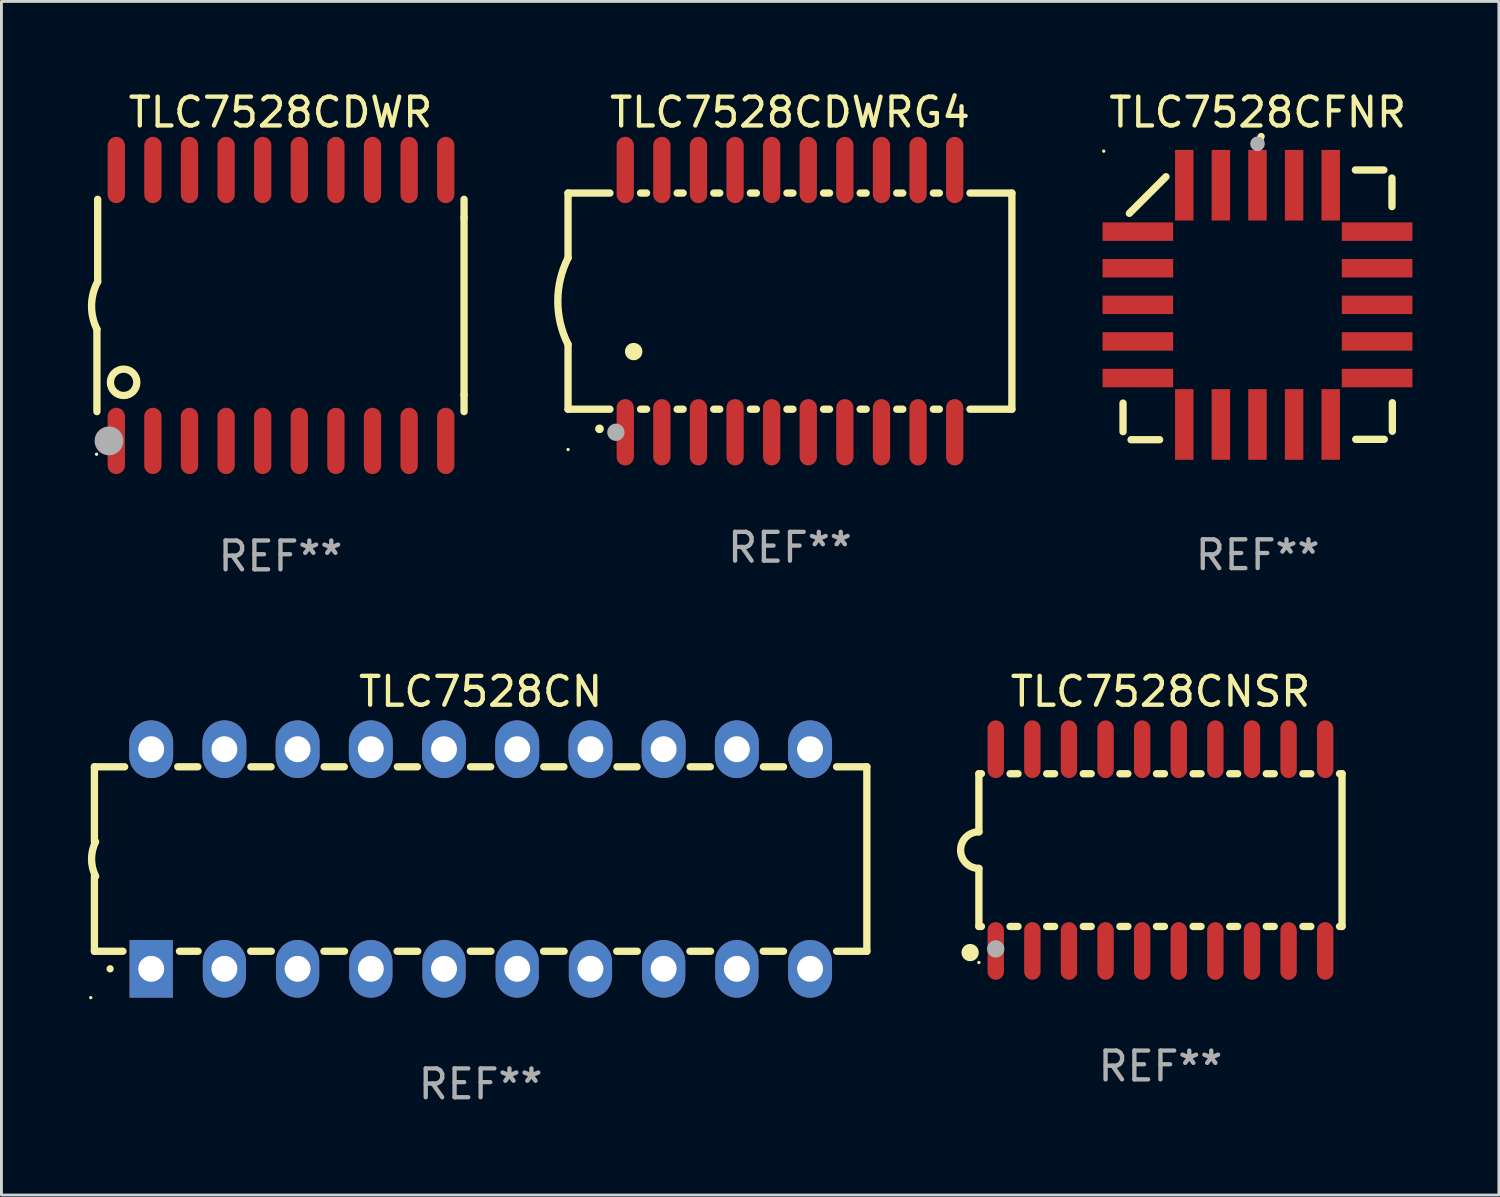
<source format=kicad_pcb>
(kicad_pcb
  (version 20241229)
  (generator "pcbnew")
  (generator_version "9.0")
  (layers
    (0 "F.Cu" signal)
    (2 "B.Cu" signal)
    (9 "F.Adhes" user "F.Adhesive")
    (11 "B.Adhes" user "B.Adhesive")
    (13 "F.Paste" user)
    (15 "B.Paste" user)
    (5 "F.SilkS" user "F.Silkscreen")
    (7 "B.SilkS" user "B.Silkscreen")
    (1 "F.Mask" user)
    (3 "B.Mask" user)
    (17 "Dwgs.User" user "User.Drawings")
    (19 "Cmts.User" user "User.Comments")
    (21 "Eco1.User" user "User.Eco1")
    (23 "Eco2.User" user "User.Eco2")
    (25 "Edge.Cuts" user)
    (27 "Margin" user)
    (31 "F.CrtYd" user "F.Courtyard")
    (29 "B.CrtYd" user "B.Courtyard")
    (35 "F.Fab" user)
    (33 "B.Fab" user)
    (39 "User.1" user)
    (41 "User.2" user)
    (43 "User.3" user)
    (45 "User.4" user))
  (footprint "TLC7528CFNR"
    (layer "F.Cu")
    (at 40.587 7.527)
    (property "Reference" "TLC7528CFNR" (at 0 -6.679 0) (layer "F.SilkS") (effects (font (size 1 1) (thickness 0.15))))
    (attr through_hole)
    (fp_line (start -4.672 4.4) (end -4.672 3.409) (stroke (width 0.254) (type solid)) (layer "F.SilkS"))
    (fp_line (start -4.452 -3.175) (end -3.182 -4.445) (stroke (width 0.254) (type solid)) (layer "F.SilkS"))
    (fp_line (start -4.393 4.679) (end -3.402 4.679) (stroke (width 0.254) (type solid)) (layer "F.SilkS"))
    (fp_line (start 4.379 -4.679) (end 3.389 -4.679) (stroke (width 0.254) (type solid)) (layer "F.SilkS"))
    (fp_line (start 4.393 4.666) (end 3.402 4.666) (stroke (width 0.254) (type solid)) (layer "F.SilkS"))
    (fp_line (start 4.659 -4.4) (end 4.659 -3.409) (stroke (width 0.254) (type solid)) (layer "F.SilkS"))
    (fp_line (start 4.672 4.386) (end 4.672 3.396) (stroke (width 0.254) (type solid)) (layer "F.SilkS"))
    (fp_arc (start 0.089827 -5.759969) (mid 0.097662 -5.803742) (end 0.120307 -5.842012) (stroke (width 0.249936) (type solid)) (layer "F.SilkS"))
    (fp_circle (center -5.341 -5.334) (end -5.311 -5.334) (stroke (width 0.06) (type solid)) (fill no) (layer "F.SilkS"))
    (fp_circle (center -0.007 -5.588) (end 0.12 -5.588) (stroke (width 0.254) (type solid)) (fill no) (layer "F.Fab"))
    (fp_text user "REF**" (at 0 8.679 0) (layer "F.Fab") (effects (font (size 1 1) (thickness 0.15))))
    (pad "1" smd rect (at -0.007 -4.15) (size 0.64 2.45) (layers "F.Cu" "F.Mask" "F.Paste"))
    (pad "2" smd rect (at -1.277 -4.15) (size 0.64 2.45) (layers "F.Cu" "F.Mask" "F.Paste"))
    (pad "3" smd rect (at -2.547 -4.15) (size 0.64 2.45) (layers "F.Cu" "F.Mask" "F.Paste"))
    (pad "4" smd rect (at -4.157 -2.54 90) (size 0.64 2.45) (layers "F.Cu" "F.Mask" "F.Paste"))
    (pad "5" smd rect (at -4.157 -1.27 90) (size 0.64 2.45) (layers "F.Cu" "F.Mask" "F.Paste"))
    (pad "6" smd rect (at -4.157 0 90) (size 0.64 2.45) (layers "F.Cu" "F.Mask" "F.Paste"))
    (pad "7" smd rect (at -4.157 1.27 90) (size 0.64 2.45) (layers "F.Cu" "F.Mask" "F.Paste"))
    (pad "8" smd rect (at -4.157 2.54 90) (size 0.64 2.45) (layers "F.Cu" "F.Mask" "F.Paste"))
    (pad "9" smd rect (at -2.547 4.15 180) (size 0.64 2.45) (layers "F.Cu" "F.Mask" "F.Paste"))
    (pad "10" smd rect (at -1.277 4.15 180) (size 0.64 2.45) (layers "F.Cu" "F.Mask" "F.Paste"))
    (pad "11" smd rect (at -0.007 4.15 180) (size 0.64 2.45) (layers "F.Cu" "F.Mask" "F.Paste"))
    (pad "12" smd rect (at 1.263 4.15 180) (size 0.64 2.45) (layers "F.Cu" "F.Mask" "F.Paste"))
    (pad "13" smd rect (at 2.533 4.15 180) (size 0.64 2.45) (layers "F.Cu" "F.Mask" "F.Paste"))
    (pad "14" smd rect (at 4.143 2.54 270) (size 0.64 2.45) (layers "F.Cu" "F.Mask" "F.Paste"))
    (pad "15" smd rect (at 4.143 1.27 270) (size 0.64 2.45) (layers "F.Cu" "F.Mask" "F.Paste"))
    (pad "16" smd rect (at 4.143 0 270) (size 0.64 2.45) (layers "F.Cu" "F.Mask" "F.Paste"))
    (pad "17" smd rect (at 4.143 -1.27 270) (size 0.64 2.45) (layers "F.Cu" "F.Mask" "F.Paste"))
    (pad "18" smd rect (at 4.143 -2.54 270) (size 0.64 2.45) (layers "F.Cu" "F.Mask" "F.Paste"))
    (pad "19" smd rect (at 2.533 -4.15) (size 0.64 2.45) (layers "F.Cu" "F.Mask" "F.Paste"))
    (pad "20" smd rect (at 1.263 -4.15) (size 0.64 2.45) (layers "F.Cu" "F.Mask" "F.Paste")))
  (footprint "TLC7528CN"
    (layer "F.Cu")
    (at 13.626 26.755)
    (property "Reference" "TLC7528CN" (at 0 -5.81 0) (layer "F.SilkS") (effects (font (size 1 1) (thickness 0.15))))
    (attr through_hole)
    (fp_line (start -13.4 -3.2) (end -12.351 -3.2) (stroke (width 0.254) (type solid)) (layer "F.SilkS"))
    (fp_line (start -13.4 -0.6) (end -13.4 -3.2) (stroke (width 0.254) (type solid)) (layer "F.SilkS"))
    (fp_line (start -13.4 3.2) (end -13.4 0.6) (stroke (width 0.254) (type solid)) (layer "F.SilkS"))
    (fp_line (start -13.4 3.2) (end -12.411 3.2) (stroke (width 0.254) (type solid)) (layer "F.SilkS"))
    (fp_line (start -10.509 -3.2) (end -9.811 -3.2) (stroke (width 0.254) (type solid)) (layer "F.SilkS"))
    (fp_line (start -10.449 3.2) (end -9.803 3.2) (stroke (width 0.254) (type solid)) (layer "F.SilkS"))
    (fp_line (start -7.977 3.2) (end -7.263 3.2) (stroke (width 0.254) (type solid)) (layer "F.SilkS"))
    (fp_line (start -7.969 -3.2) (end -7.271 -3.2) (stroke (width 0.254) (type solid)) (layer "F.SilkS"))
    (fp_line (start -5.437 3.2) (end -4.723 3.2) (stroke (width 0.254) (type solid)) (layer "F.SilkS"))
    (fp_line (start -5.429 -3.2) (end -4.731 -3.2) (stroke (width 0.254) (type solid)) (layer "F.SilkS"))
    (fp_line (start -2.897 3.2) (end -2.183 3.2) (stroke (width 0.254) (type solid)) (layer "F.SilkS"))
    (fp_line (start -2.889 -3.2) (end -2.191 -3.2) (stroke (width 0.254) (type solid)) (layer "F.SilkS"))
    (fp_line (start -0.357 3.2) (end 0.357 3.2) (stroke (width 0.254) (type solid)) (layer "F.SilkS"))
    (fp_line (start -0.349 -3.2) (end 0.349 -3.2) (stroke (width 0.254) (type solid)) (layer "F.SilkS"))
    (fp_line (start 2.183 3.2) (end 2.897 3.2) (stroke (width 0.254) (type solid)) (layer "F.SilkS"))
    (fp_line (start 2.191 -3.2) (end 2.889 -3.2) (stroke (width 0.254) (type solid)) (layer "F.SilkS"))
    (fp_line (start 4.723 3.2) (end 5.437 3.2) (stroke (width 0.254) (type solid)) (layer "F.SilkS"))
    (fp_line (start 4.731 -3.2) (end 5.429 -3.2) (stroke (width 0.254) (type solid)) (layer "F.SilkS"))
    (fp_line (start 7.263 3.2) (end 7.977 3.2) (stroke (width 0.254) (type solid)) (layer "F.SilkS"))
    (fp_line (start 7.271 -3.2) (end 7.969 -3.2) (stroke (width 0.254) (type solid)) (layer "F.SilkS"))
    (fp_line (start 9.803 3.2) (end 10.509 3.2) (stroke (width 0.254) (type solid)) (layer "F.SilkS"))
    (fp_line (start 9.811 -3.2) (end 10.509 -3.2) (stroke (width 0.254) (type solid)) (layer "F.SilkS"))
    (fp_line (start 12.351 -3.2) (end 13.4 -3.2) (stroke (width 0.254) (type solid)) (layer "F.SilkS"))
    (fp_line (start 12.351 3.2) (end 13.4 3.2) (stroke (width 0.254) (type solid)) (layer "F.SilkS"))
    (fp_line (start 13.4 -3.2) (end 13.4 3.2) (stroke (width 0.254) (type solid)) (layer "F.SilkS"))
    (fp_arc (start -13.357557 0.599721) (mid -13.499295 0.000123) (end -13.358598 -0.599721) (stroke (width 0.254001) (type solid)) (layer "F.SilkS"))
    (fp_arc (start -12.854966 3.810008) (mid -12.854973 3.808738) (end -12.854966 3.807468) (stroke (width 0.25) (type solid)) (layer "F.SilkS"))
    (fp_circle (center -13.527 4.81) (end -13.497 4.81) (stroke (width 0.06) (type solid)) (fill no) (layer "F.SilkS"))
    (fp_text user "REF**" (at 0 7.81 0) (layer "F.Fab") (effects (font (size 1 1) (thickness 0.15))))
    (pad "1" thru_hole rect (at -11.43 3.81 90) (size 2 1.5) (drill 0.9) (layers "*.Cu" "*.Mask"))
    (pad "2" thru_hole oval (at -8.89 3.81 90) (size 2 1.5) (drill 0.9) (layers "*.Cu" "*.Mask"))
    (pad "3" thru_hole oval (at -6.35 3.81 90) (size 2 1.5) (drill 0.9) (layers "*.Cu" "*.Mask"))
    (pad "4" thru_hole oval (at -3.81 3.81 90) (size 2 1.5) (drill 0.9) (layers "*.Cu" "*.Mask"))
    (pad "5" thru_hole oval (at -1.27 3.81 90) (size 2 1.5) (drill 0.9) (layers "*.Cu" "*.Mask"))
    (pad "6" thru_hole oval (at 1.27 3.81 90) (size 2 1.5) (drill 0.9) (layers "*.Cu" "*.Mask"))
    (pad "7" thru_hole oval (at 3.81 3.81 90) (size 2 1.5) (drill 0.9) (layers "*.Cu" "*.Mask"))
    (pad "8" thru_hole oval (at 6.35 3.81 90) (size 2 1.5) (drill 0.9) (layers "*.Cu" "*.Mask"))
    (pad "9" thru_hole oval (at 8.89 3.81 90) (size 2 1.5) (drill 0.9) (layers "*.Cu" "*.Mask"))
    (pad "10" thru_hole oval (at 11.43 3.81 90) (size 2 1.524) (drill 0.9) (layers "*.Cu" "*.Mask"))
    (pad "11" thru_hole oval (at 11.43 -3.81 90) (size 2 1.524) (drill 0.9) (layers "*.Cu" "*.Mask"))
    (pad "12" thru_hole oval (at 8.89 -3.81 90) (size 2 1.524) (drill 0.9) (layers "*.Cu" "*.Mask"))
    (pad "13" thru_hole oval (at 6.35 -3.81 90) (size 2 1.524) (drill 0.9) (layers "*.Cu" "*.Mask"))
    (pad "14" thru_hole oval (at 3.81 -3.81 90) (size 2 1.524) (drill 0.9) (layers "*.Cu" "*.Mask"))
    (pad "15" thru_hole oval (at 1.27 -3.81 90) (size 2 1.524) (drill 0.9) (layers "*.Cu" "*.Mask"))
    (pad "16" thru_hole oval (at -1.27 -3.81 90) (size 2 1.524) (drill 0.9) (layers "*.Cu" "*.Mask"))
    (pad "17" thru_hole oval (at -3.81 -3.81 90) (size 2 1.524) (drill 0.9) (layers "*.Cu" "*.Mask"))
    (pad "18" thru_hole oval (at -6.35 -3.81 90) (size 2 1.524) (drill 0.9) (layers "*.Cu" "*.Mask"))
    (pad "19" thru_hole oval (at -8.89 -3.81 90) (size 2 1.524) (drill 0.9) (layers "*.Cu" "*.Mask"))
    (pad "20" thru_hole oval (at -11.43 -3.81 90) (size 2 1.524) (drill 0.9) (layers "*.Cu" "*.Mask")))
  (footprint "TLC7528CDWR"
    (layer "F.Cu")
    (at 6.682 7.548)
    (property "Reference" "TLC7528CDWR" (at 0 -6.7 0) (layer "F.SilkS") (effects (font (size 1 1) (thickness 0.15))))
    (attr through_hole)
    (fp_line (start -6.369 0.826) (end -6.369 3.683) (stroke (width 0.254) (type solid)) (layer "F.SilkS"))
    (fp_line (start -6.343 -0.825) (end -6.343 -3.683) (stroke (width 0.254) (type solid)) (layer "F.SilkS"))
    (fp_line (start 6.369 -3.048) (end 6.369 -3.683) (stroke (width 0.254) (type solid)) (layer "F.SilkS"))
    (fp_line (start 6.369 -3.048) (end 6.369 3.096) (stroke (width 0.254) (type solid)) (layer "F.SilkS"))
    (fp_line (start 6.369 3.096) (end 6.369 3.683) (stroke (width 0.254) (type solid)) (layer "F.SilkS"))
    (fp_arc (start -6.36853 0.825552) (mid -6.554743 -0.00301) (end -6.343129 -0.825451) (stroke (width 0.254001) (type solid)) (layer "F.SilkS"))
    (fp_circle (center -6.382 5.163) (end -6.352 5.163) (stroke (width 0.06) (type solid)) (fill no) (layer "F.SilkS"))
    (fp_circle (center -5.443 2.667) (end -4.985 2.667) (stroke (width 0.254) (type solid)) (fill no) (layer "F.SilkS"))
    (fp_circle (center -5.951 4.699) (end -5.701 4.699) (stroke (width 0.5) (type solid)) (fill no) (layer "F.Fab"))
    (fp_text user "REF**" (at 0 8.7 0) (layer "F.Fab") (effects (font (size 1 1) (thickness 0.15))))
    (pad "1" smd oval (at -5.697 4.7 180) (size 0.6 2.3) (layers "F.Cu" "F.Mask" "F.Paste"))
    (pad "2" smd oval (at -4.427 4.7 180) (size 0.6 2.3) (layers "F.Cu" "F.Mask" "F.Paste"))
    (pad "3" smd oval (at -3.157 4.7 180) (size 0.6 2.3) (layers "F.Cu" "F.Mask" "F.Paste"))
    (pad "4" smd oval (at -1.887 4.7 180) (size 0.6 2.3) (layers "F.Cu" "F.Mask" "F.Paste"))
    (pad "5" smd oval (at -0.617 4.7 180) (size 0.6 2.3) (layers "F.Cu" "F.Mask" "F.Paste"))
    (pad "6" smd oval (at 0.653 4.7 180) (size 0.6 2.3) (layers "F.Cu" "F.Mask" "F.Paste"))
    (pad "7" smd oval (at 1.923 4.7 180) (size 0.6 2.3) (layers "F.Cu" "F.Mask" "F.Paste"))
    (pad "8" smd oval (at 3.193 4.7 180) (size 0.6 2.3) (layers "F.Cu" "F.Mask" "F.Paste"))
    (pad "9" smd oval (at 4.463 4.7 180) (size 0.6 2.3) (layers "F.Cu" "F.Mask" "F.Paste"))
    (pad "10" smd oval (at 5.734 4.7 180) (size 0.6 2.3) (layers "F.Cu" "F.Mask" "F.Paste"))
    (pad "11" smd oval (at 5.734 -4.7 180) (size 0.6 2.3) (layers "F.Cu" "F.Mask" "F.Paste"))
    (pad "12" smd oval (at 4.463 -4.7 180) (size 0.6 2.3) (layers "F.Cu" "F.Mask" "F.Paste"))
    (pad "13" smd oval (at 3.193 -4.7 180) (size 0.6 2.3) (layers "F.Cu" "F.Mask" "F.Paste"))
    (pad "14" smd oval (at 1.923 -4.7 180) (size 0.6 2.3) (layers "F.Cu" "F.Mask" "F.Paste"))
    (pad "15" smd oval (at 0.653 -4.7 180) (size 0.6 2.3) (layers "F.Cu" "F.Mask" "F.Paste"))
    (pad "16" smd oval (at -0.617 -4.7 180) (size 0.6 2.3) (layers "F.Cu" "F.Mask" "F.Paste"))
    (pad "17" smd oval (at -1.887 -4.7 180) (size 0.6 2.3) (layers "F.Cu" "F.Mask" "F.Paste"))
    (pad "18" smd oval (at -3.157 -4.7 180) (size 0.6 2.3) (layers "F.Cu" "F.Mask" "F.Paste"))
    (pad "19" smd oval (at -4.427 -4.7 180) (size 0.6 2.3) (layers "F.Cu" "F.Mask" "F.Paste"))
    (pad "20" smd oval (at -5.697 -4.7 180) (size 0.6 2.3) (layers "F.Cu" "F.Mask" "F.Paste")))
  (footprint "TLC7528CNSR"
    (layer "F.Cu")
    (at 37.214 26.445)
    (property "Reference" "TLC7528CNSR" (at 0 -5.5 0) (layer "F.SilkS") (effects (font (size 1 1) (thickness 0.15))))
    (attr through_hole)
    (fp_line (start -6.3 -2.65) (end -6.3 -0.635) (stroke (width 0.254) (type solid)) (layer "F.SilkS"))
    (fp_line (start -6.3 -2.65) (end -6.212 -2.65) (stroke (width 0.254) (type solid)) (layer "F.SilkS"))
    (fp_line (start -6.3 2.65) (end -6.3 0.635) (stroke (width 0.254) (type solid)) (layer "F.SilkS"))
    (fp_line (start -6.3 2.65) (end -6.212 2.65) (stroke (width 0.254) (type solid)) (layer "F.SilkS"))
    (fp_line (start -5.218 -2.65) (end -4.942 -2.65) (stroke (width 0.254) (type solid)) (layer "F.SilkS"))
    (fp_line (start -5.218 2.65) (end -4.942 2.65) (stroke (width 0.254) (type solid)) (layer "F.SilkS"))
    (fp_line (start -3.948 -2.65) (end -3.672 -2.65) (stroke (width 0.254) (type solid)) (layer "F.SilkS"))
    (fp_line (start -3.948 2.65) (end -3.672 2.65) (stroke (width 0.254) (type solid)) (layer "F.SilkS"))
    (fp_line (start -2.678 -2.65) (end -2.402 -2.65) (stroke (width 0.254) (type solid)) (layer "F.SilkS"))
    (fp_line (start -2.678 2.65) (end -2.402 2.65) (stroke (width 0.254) (type solid)) (layer "F.SilkS"))
    (fp_line (start -1.408 -2.65) (end -1.132 -2.65) (stroke (width 0.254) (type solid)) (layer "F.SilkS"))
    (fp_line (start -1.408 2.65) (end -1.132 2.65) (stroke (width 0.254) (type solid)) (layer "F.SilkS"))
    (fp_line (start -0.138 -2.65) (end 0.138 -2.65) (stroke (width 0.254) (type solid)) (layer "F.SilkS"))
    (fp_line (start -0.138 2.65) (end 0.138 2.65) (stroke (width 0.254) (type solid)) (layer "F.SilkS"))
    (fp_line (start 1.132 -2.65) (end 1.408 -2.65) (stroke (width 0.254) (type solid)) (layer "F.SilkS"))
    (fp_line (start 1.132 2.65) (end 1.408 2.65) (stroke (width 0.254) (type solid)) (layer "F.SilkS"))
    (fp_line (start 2.402 -2.65) (end 2.678 -2.65) (stroke (width 0.254) (type solid)) (layer "F.SilkS"))
    (fp_line (start 2.402 2.65) (end 2.678 2.65) (stroke (width 0.254) (type solid)) (layer "F.SilkS"))
    (fp_line (start 3.672 -2.65) (end 3.948 -2.65) (stroke (width 0.254) (type solid)) (layer "F.SilkS"))
    (fp_line (start 3.672 2.65) (end 3.948 2.65) (stroke (width 0.254) (type solid)) (layer "F.SilkS"))
    (fp_line (start 4.942 -2.65) (end 5.218 -2.65) (stroke (width 0.254) (type solid)) (layer "F.SilkS"))
    (fp_line (start 4.942 2.65) (end 5.218 2.65) (stroke (width 0.254) (type solid)) (layer "F.SilkS"))
    (fp_line (start 6.212 -2.65) (end 6.3 -2.65) (stroke (width 0.254) (type solid)) (layer "F.SilkS"))
    (fp_line (start 6.212 2.65) (end 6.3 2.65) (stroke (width 0.254) (type solid)) (layer "F.SilkS"))
    (fp_line (start 6.3 -2.65) (end 6.3 2.65) (stroke (width 0.254) (type solid)) (layer "F.SilkS"))
    (fp_arc (start -6.299975 0.634874) (mid -6.933579 0.000127) (end -6.299213 -0.633858) (stroke (width 0.254001) (type solid)) (layer "F.SilkS"))
    (fp_circle (center -6.604 3.556) (end -6.454 3.556) (stroke (width 0.3) (type solid)) (fill no) (layer "F.SilkS"))
    (fp_circle (center -6.3 3.9) (end -6.27 3.9) (stroke (width 0.06) (type solid)) (fill no) (layer "F.SilkS"))
    (fp_circle (center -5.715 3.429) (end -5.565 3.429) (stroke (width 0.3) (type solid)) (fill no) (layer "F.Fab"))
    (fp_text user "REF**" (at 0 7.5 0) (layer "F.Fab") (effects (font (size 1 1) (thickness 0.15))))
    (pad "1" smd oval (at -5.715 3.5) (size 0.568 2) (layers "F.Cu" "F.Mask" "F.Paste"))
    (pad "2" smd oval (at -4.445 3.5) (size 0.568 2) (layers "F.Cu" "F.Mask" "F.Paste"))
    (pad "3" smd oval (at -3.175 3.5) (size 0.568 2) (layers "F.Cu" "F.Mask" "F.Paste"))
    (pad "4" smd oval (at -1.905 3.5) (size 0.568 2) (layers "F.Cu" "F.Mask" "F.Paste"))
    (pad "5" smd oval (at -0.635 3.5) (size 0.568 2) (layers "F.Cu" "F.Mask" "F.Paste"))
    (pad "6" smd oval (at 0.635 3.5) (size 0.568 2) (layers "F.Cu" "F.Mask" "F.Paste"))
    (pad "7" smd oval (at 1.905 3.5) (size 0.568 2) (layers "F.Cu" "F.Mask" "F.Paste"))
    (pad "8" smd oval (at 3.175 3.5) (size 0.568 2) (layers "F.Cu" "F.Mask" "F.Paste"))
    (pad "9" smd oval (at 4.445 3.5) (size 0.568 2) (layers "F.Cu" "F.Mask" "F.Paste"))
    (pad "10" smd oval (at 5.715 3.5) (size 0.568 2) (layers "F.Cu" "F.Mask" "F.Paste"))
    (pad "11" smd oval (at 5.715 -3.5) (size 0.568 2) (layers "F.Cu" "F.Mask" "F.Paste"))
    (pad "12" smd oval (at 4.445 -3.5) (size 0.568 2) (layers "F.Cu" "F.Mask" "F.Paste"))
    (pad "13" smd oval (at 3.175 -3.5) (size 0.568 2) (layers "F.Cu" "F.Mask" "F.Paste"))
    (pad "14" smd oval (at 1.905 -3.5) (size 0.568 2) (layers "F.Cu" "F.Mask" "F.Paste"))
    (pad "15" smd oval (at 0.635 -3.5) (size 0.568 2) (layers "F.Cu" "F.Mask" "F.Paste"))
    (pad "16" smd oval (at -0.635 -3.5) (size 0.568 2) (layers "F.Cu" "F.Mask" "F.Paste"))
    (pad "17" smd oval (at -1.905 -3.5) (size 0.568 2) (layers "F.Cu" "F.Mask" "F.Paste"))
    (pad "18" smd oval (at -3.175 -3.5) (size 0.568 2) (layers "F.Cu" "F.Mask" "F.Paste"))
    (pad "19" smd oval (at -4.445 -3.5) (size 0.568 2) (layers "F.Cu" "F.Mask" "F.Paste"))
    (pad "20" smd oval (at -5.715 -3.5) (size 0.568 2) (layers "F.Cu" "F.Mask" "F.Paste")))
  (footprint "TLC7528CDWRG4"
    (layer "F.Cu")
    (at 24.359 7.398)
    (property "Reference" "TLC7528CDWRG4" (at 0 -6.55 0) (layer "F.SilkS") (effects (font (size 1 1) (thickness 0.15))))
    (attr through_hole)
    (fp_line (start -7.7 -3.75) (end -7.7 -1.5) (stroke (width 0.254) (type solid)) (layer "F.SilkS"))
    (fp_line (start -7.7 -3.75) (end -6.246 -3.75) (stroke (width 0.254) (type solid)) (layer "F.SilkS"))
    (fp_line (start -7.7 3.75) (end -7.7 1.5) (stroke (width 0.254) (type solid)) (layer "F.SilkS"))
    (fp_line (start -7.7 3.75) (end -6.246 3.75) (stroke (width 0.254) (type solid)) (layer "F.SilkS"))
    (fp_line (start -5.184 -3.75) (end -4.976 -3.75) (stroke (width 0.254) (type solid)) (layer "F.SilkS"))
    (fp_line (start -5.184 3.75) (end -4.976 3.75) (stroke (width 0.254) (type solid)) (layer "F.SilkS"))
    (fp_line (start -3.914 -3.75) (end -3.706 -3.75) (stroke (width 0.254) (type solid)) (layer "F.SilkS"))
    (fp_line (start -3.914 3.75) (end -3.706 3.75) (stroke (width 0.254) (type solid)) (layer "F.SilkS"))
    (fp_line (start -2.644 -3.75) (end -2.436 -3.75) (stroke (width 0.254) (type solid)) (layer "F.SilkS"))
    (fp_line (start -2.644 3.75) (end -2.436 3.75) (stroke (width 0.254) (type solid)) (layer "F.SilkS"))
    (fp_line (start -1.374 -3.75) (end -1.166 -3.75) (stroke (width 0.254) (type solid)) (layer "F.SilkS"))
    (fp_line (start -1.374 3.75) (end -1.166 3.75) (stroke (width 0.254) (type solid)) (layer "F.SilkS"))
    (fp_line (start -0.104 -3.75) (end 0.104 -3.75) (stroke (width 0.254) (type solid)) (layer "F.SilkS"))
    (fp_line (start -0.104 3.75) (end 0.104 3.75) (stroke (width 0.254) (type solid)) (layer "F.SilkS"))
    (fp_line (start 1.166 -3.75) (end 1.374 -3.75) (stroke (width 0.254) (type solid)) (layer "F.SilkS"))
    (fp_line (start 1.166 3.75) (end 1.374 3.75) (stroke (width 0.254) (type solid)) (layer "F.SilkS"))
    (fp_line (start 2.436 -3.75) (end 2.644 -3.75) (stroke (width 0.254) (type solid)) (layer "F.SilkS"))
    (fp_line (start 2.436 3.75) (end 2.644 3.75) (stroke (width 0.254) (type solid)) (layer "F.SilkS"))
    (fp_line (start 3.706 -3.75) (end 3.914 -3.75) (stroke (width 0.254) (type solid)) (layer "F.SilkS"))
    (fp_line (start 3.706 3.75) (end 3.914 3.75) (stroke (width 0.254) (type solid)) (layer "F.SilkS"))
    (fp_line (start 4.976 -3.75) (end 5.184 -3.75) (stroke (width 0.254) (type solid)) (layer "F.SilkS"))
    (fp_line (start 4.976 3.75) (end 5.184 3.75) (stroke (width 0.254) (type solid)) (layer "F.SilkS"))
    (fp_line (start 6.246 -3.75) (end 7.7 -3.75) (stroke (width 0.254) (type solid)) (layer "F.SilkS"))
    (fp_line (start 6.246 3.75) (end 7.7 3.75) (stroke (width 0.254) (type solid)) (layer "F.SilkS"))
    (fp_line (start 7.7 -3.75) (end 7.7 3.75) (stroke (width 0.254) (type solid)) (layer "F.SilkS"))
    (fp_arc (start -7.700939 1.500889) (mid -8.05482 0.000388) (end -7.700025 -1.499898) (stroke (width 0.254001) (type solid)) (layer "F.SilkS"))
    (fp_arc (start -6.610008 4.430099) (mid -6.608738 4.430094) (end -6.607468 4.430099) (stroke (width 0.3) (type solid)) (layer "F.SilkS"))
    (fp_arc (start -5.425451 1.750165) (mid -5.422911 1.750154) (end -5.420371 1.750165) (stroke (width 0.6) (type solid)) (layer "F.SilkS"))
    (fp_circle (center -7.7 5.15) (end -7.67 5.15) (stroke (width 0.06) (type solid)) (fill no) (layer "F.SilkS"))
    (fp_circle (center -6.04 4.55) (end -5.89 4.55) (stroke (width 0.3) (type solid)) (fill no) (layer "F.Fab"))
    (fp_text user "REF**" (at 0 8.55 0) (layer "F.Fab") (effects (font (size 1 1) (thickness 0.15))))
    (pad "1" smd oval (at -5.715 4.55 180) (size 0.6 2.3) (layers "F.Cu" "F.Mask" "F.Paste"))
    (pad "2" smd oval (at -4.445 4.55 180) (size 0.6 2.3) (layers "F.Cu" "F.Mask" "F.Paste"))
    (pad "3" smd oval (at -3.175 4.55 180) (size 0.6 2.3) (layers "F.Cu" "F.Mask" "F.Paste"))
    (pad "4" smd oval (at -1.905 4.55 180) (size 0.6 2.3) (layers "F.Cu" "F.Mask" "F.Paste"))
    (pad "5" smd oval (at -0.635 4.55 180) (size 0.6 2.3) (layers "F.Cu" "F.Mask" "F.Paste"))
    (pad "6" smd oval (at 0.635 4.55 180) (size 0.6 2.3) (layers "F.Cu" "F.Mask" "F.Paste"))
    (pad "7" smd oval (at 1.905 4.55 180) (size 0.6 2.3) (layers "F.Cu" "F.Mask" "F.Paste"))
    (pad "8" smd oval (at 3.175 4.55 180) (size 0.6 2.3) (layers "F.Cu" "F.Mask" "F.Paste"))
    (pad "9" smd oval (at 4.445 4.55 180) (size 0.6 2.3) (layers "F.Cu" "F.Mask" "F.Paste"))
    (pad "10" smd oval (at 5.715 4.55 180) (size 0.6 2.3) (layers "F.Cu" "F.Mask" "F.Paste"))
    (pad "11" smd oval (at 5.715 -4.55 180) (size 0.6 2.3) (layers "F.Cu" "F.Mask" "F.Paste"))
    (pad "12" smd oval (at 4.445 -4.55 180) (size 0.6 2.3) (layers "F.Cu" "F.Mask" "F.Paste"))
    (pad "13" smd oval (at 3.175 -4.55 180) (size 0.6 2.3) (layers "F.Cu" "F.Mask" "F.Paste"))
    (pad "14" smd oval (at 1.905 -4.55 180) (size 0.6 2.3) (layers "F.Cu" "F.Mask" "F.Paste"))
    (pad "15" smd oval (at 0.635 -4.55 180) (size 0.6 2.3) (layers "F.Cu" "F.Mask" "F.Paste"))
    (pad "16" smd oval (at -0.635 -4.55 180) (size 0.6 2.3) (layers "F.Cu" "F.Mask" "F.Paste"))
    (pad "17" smd oval (at -1.905 -4.55 180) (size 0.6 2.3) (layers "F.Cu" "F.Mask" "F.Paste"))
    (pad "18" smd oval (at -3.175 -4.55 180) (size 0.6 2.3) (layers "F.Cu" "F.Mask" "F.Paste"))
    (pad "19" smd oval (at -4.445 -4.55 180) (size 0.6 2.3) (layers "F.Cu" "F.Mask" "F.Paste"))
    (pad "20" smd oval (at -5.715 -4.55 180) (size 0.6 2.3) (layers "F.Cu" "F.Mask" "F.Paste")))
  (gr_rect
    (start -3 -3)
    (end 48.955 38.413)
    (stroke (width 0.1) (type default))
    (fill no)
    (layer "Edge.Cuts")))
</source>
